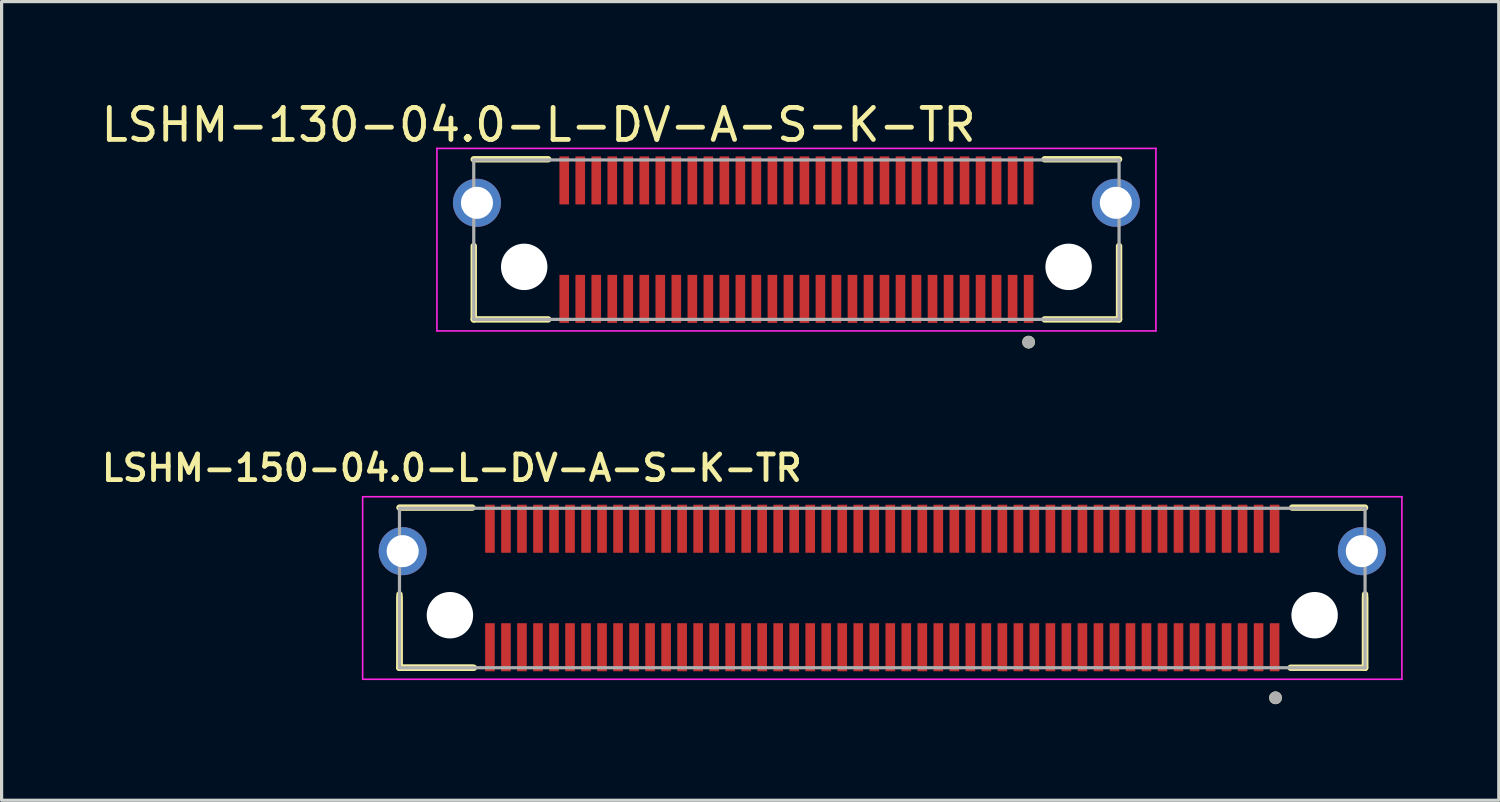
<source format=kicad_pcb>
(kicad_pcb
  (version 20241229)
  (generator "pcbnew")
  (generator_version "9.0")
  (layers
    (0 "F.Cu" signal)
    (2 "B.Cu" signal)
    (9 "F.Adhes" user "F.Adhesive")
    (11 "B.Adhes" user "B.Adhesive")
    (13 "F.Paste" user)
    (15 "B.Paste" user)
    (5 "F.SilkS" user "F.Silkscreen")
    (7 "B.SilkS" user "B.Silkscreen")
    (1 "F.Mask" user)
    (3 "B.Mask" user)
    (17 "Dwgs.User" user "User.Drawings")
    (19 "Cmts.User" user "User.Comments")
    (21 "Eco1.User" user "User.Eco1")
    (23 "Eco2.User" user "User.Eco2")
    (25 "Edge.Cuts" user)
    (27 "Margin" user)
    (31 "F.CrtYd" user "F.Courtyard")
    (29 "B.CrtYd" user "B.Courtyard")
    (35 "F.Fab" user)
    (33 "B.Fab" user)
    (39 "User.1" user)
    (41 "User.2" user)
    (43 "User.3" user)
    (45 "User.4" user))
  (footprint "LSHM-150-04.0-L-DV-A-S-K-TR"
    (layer "F.Cu")
    (at 24.499 15.31)
    (property "Reference" "LSHM-150-04.0-L-DV-A-S-K-TR" (at -13.44 -3.746 0) (layer "F.SilkS") (effects (font (size 0.8 0.8) (thickness 0.15))))
    (attr smd)
    (fp_line (start -15.075 0.3) (end -15.075 2.49) (stroke (width 0.2) (type solid)) (layer "F.SilkS"))
    (fp_line (start -15.075 2.49) (end -15.075 0.2) (stroke (width 0.2) (type solid)) (layer "F.SilkS"))
    (fp_line (start -15.075 2.49) (end -12.8 2.49) (stroke (width 0.2) (type solid)) (layer "F.SilkS"))
    (fp_line (start -15.075 2.49) (end -12.75 2.49) (stroke (width 0.2) (type solid)) (layer "F.SilkS"))
    (fp_line (start -12.8 -2.51) (end -15.075 -2.51) (stroke (width 0.2) (type solid)) (layer "F.SilkS"))
    (fp_line (start 12.75 2.49) (end 15.075 2.49) (stroke (width 0.2) (type solid)) (layer "F.SilkS"))
    (fp_line (start 12.8 -2.51) (end 15.075 -2.51) (stroke (width 0.2) (type solid)) (layer "F.SilkS"))
    (fp_line (start 15.075 0.3) (end 15.075 2.49) (stroke (width 0.2) (type solid)) (layer "F.SilkS"))
    (fp_line (start 15.075 2.49) (end 15.075 0.2) (stroke (width 0.2) (type solid)) (layer "F.SilkS"))
    (fp_circle (center 12.279 3.429) (end 12.379 3.429) (stroke (width 0.2) (type solid)) (fill no) (layer "F.SilkS"))
    (fp_circle (center -14.975 -1.15) (end -14.475 -1.15) (stroke (width 1) (type solid)) (fill no) (layer "F.Paste"))
    (fp_circle (center 14.975 -1.15) (end 15.475 -1.15) (stroke (width 1) (type solid)) (fill no) (layer "F.Paste"))
    (fp_line (start -16.225 -2.85) (end -16.225 2.85) (stroke (width 0.05) (type solid)) (layer "F.CrtYd"))
    (fp_line (start -16.225 2.85) (end 16.225 2.85) (stroke (width 0.05) (type solid)) (layer "F.CrtYd"))
    (fp_line (start 16.225 -2.85) (end -16.225 -2.85) (stroke (width 0.05) (type solid)) (layer "F.CrtYd"))
    (fp_line (start 16.225 2.85) (end 16.225 -2.85) (stroke (width 0.05) (type solid)) (layer "F.CrtYd"))
    (fp_line (start -15.075 -2.49) (end -15.075 2.49) (stroke (width 0.1) (type solid)) (layer "F.Fab"))
    (fp_line (start -15.075 2.49) (end 15.075 2.49) (stroke (width 0.1) (type solid)) (layer "F.Fab"))
    (fp_line (start 15.075 -2.49) (end -15.075 -2.49) (stroke (width 0.1) (type solid)) (layer "F.Fab"))
    (fp_line (start 15.075 2.49) (end 15.075 -2.49) (stroke (width 0.1) (type solid)) (layer "F.Fab"))
    (fp_circle (center 12.279 3.429) (end 12.379 3.429) (stroke (width 0.2) (type solid)) (fill no) (layer "F.Fab"))
    (pad "" np_thru_hole circle (at -13.5 0.85) (size 1.45 1.45) (drill 1.45) (layers "*.Cu" "*.Mask"))
    (pad "" np_thru_hole circle (at 13.5 0.85) (size 1.45 1.45) (drill 1.45) (layers "*.Cu" "*.Mask"))
    (pad "1" smd rect (at 12.25 1.85) (size 0.3 1.5) (layers "F.Cu" "F.Mask" "F.Paste"))
    (pad "2" smd rect (at 12.25 -1.85) (size 0.3 1.5) (layers "F.Cu" "F.Mask" "F.Paste"))
    (pad "3" smd rect (at 11.75 1.85) (size 0.3 1.5) (layers "F.Cu" "F.Mask" "F.Paste"))
    (pad "4" smd rect (at 11.75 -1.85) (size 0.3 1.5) (layers "F.Cu" "F.Mask" "F.Paste"))
    (pad "5" smd rect (at 11.25 1.85) (size 0.3 1.5) (layers "F.Cu" "F.Mask" "F.Paste"))
    (pad "6" smd rect (at 11.25 -1.85) (size 0.3 1.5) (layers "F.Cu" "F.Mask" "F.Paste"))
    (pad "7" smd rect (at 10.75 1.85) (size 0.3 1.5) (layers "F.Cu" "F.Mask" "F.Paste"))
    (pad "8" smd rect (at 10.75 -1.85) (size 0.3 1.5) (layers "F.Cu" "F.Mask" "F.Paste"))
    (pad "9" smd rect (at 10.25 1.85) (size 0.3 1.5) (layers "F.Cu" "F.Mask" "F.Paste"))
    (pad "10" smd rect (at 10.25 -1.85) (size 0.3 1.5) (layers "F.Cu" "F.Mask" "F.Paste"))
    (pad "11" smd rect (at 9.75 1.85) (size 0.3 1.5) (layers "F.Cu" "F.Mask" "F.Paste"))
    (pad "12" smd rect (at 9.75 -1.85) (size 0.3 1.5) (layers "F.Cu" "F.Mask" "F.Paste"))
    (pad "13" smd rect (at 9.25 1.85) (size 0.3 1.5) (layers "F.Cu" "F.Mask" "F.Paste"))
    (pad "14" smd rect (at 9.25 -1.85) (size 0.3 1.5) (layers "F.Cu" "F.Mask" "F.Paste"))
    (pad "15" smd rect (at 8.75 1.85) (size 0.3 1.5) (layers "F.Cu" "F.Mask" "F.Paste"))
    (pad "16" smd rect (at 8.75 -1.85) (size 0.3 1.5) (layers "F.Cu" "F.Mask" "F.Paste"))
    (pad "17" smd rect (at 8.25 1.85) (size 0.3 1.5) (layers "F.Cu" "F.Mask" "F.Paste"))
    (pad "18" smd rect (at 8.25 -1.85) (size 0.3 1.5) (layers "F.Cu" "F.Mask" "F.Paste"))
    (pad "19" smd rect (at 7.75 1.85) (size 0.3 1.5) (layers "F.Cu" "F.Mask" "F.Paste"))
    (pad "20" smd rect (at 7.75 -1.85) (size 0.3 1.5) (layers "F.Cu" "F.Mask" "F.Paste"))
    (pad "21" smd rect (at 7.25 1.85) (size 0.3 1.5) (layers "F.Cu" "F.Mask" "F.Paste"))
    (pad "22" smd rect (at 7.25 -1.85) (size 0.3 1.5) (layers "F.Cu" "F.Mask" "F.Paste"))
    (pad "23" smd rect (at 6.75 1.85) (size 0.3 1.5) (layers "F.Cu" "F.Mask" "F.Paste"))
    (pad "24" smd rect (at 6.75 -1.85) (size 0.3 1.5) (layers "F.Cu" "F.Mask" "F.Paste"))
    (pad "25" smd rect (at 6.25 1.85) (size 0.3 1.5) (layers "F.Cu" "F.Mask" "F.Paste"))
    (pad "26" smd rect (at 6.25 -1.85) (size 0.3 1.5) (layers "F.Cu" "F.Mask" "F.Paste"))
    (pad "27" smd rect (at 5.75 1.85) (size 0.3 1.5) (layers "F.Cu" "F.Mask" "F.Paste"))
    (pad "28" smd rect (at 5.75 -1.85) (size 0.3 1.5) (layers "F.Cu" "F.Mask" "F.Paste"))
    (pad "29" smd rect (at 5.25 1.85) (size 0.3 1.5) (layers "F.Cu" "F.Mask" "F.Paste"))
    (pad "30" smd rect (at 5.25 -1.85) (size 0.3 1.5) (layers "F.Cu" "F.Mask" "F.Paste"))
    (pad "31" smd rect (at 4.75 1.85) (size 0.3 1.5) (layers "F.Cu" "F.Mask" "F.Paste"))
    (pad "32" smd rect (at 4.75 -1.85) (size 0.3 1.5) (layers "F.Cu" "F.Mask" "F.Paste"))
    (pad "33" smd rect (at 4.25 1.85) (size 0.3 1.5) (layers "F.Cu" "F.Mask" "F.Paste"))
    (pad "34" smd rect (at 4.25 -1.85) (size 0.3 1.5) (layers "F.Cu" "F.Mask" "F.Paste"))
    (pad "35" smd rect (at 3.75 1.85) (size 0.3 1.5) (layers "F.Cu" "F.Mask" "F.Paste"))
    (pad "36" smd rect (at 3.75 -1.85) (size 0.3 1.5) (layers "F.Cu" "F.Mask" "F.Paste"))
    (pad "37" smd rect (at 3.25 1.85) (size 0.3 1.5) (layers "F.Cu" "F.Mask" "F.Paste"))
    (pad "38" smd rect (at 3.25 -1.85) (size 0.3 1.5) (layers "F.Cu" "F.Mask" "F.Paste"))
    (pad "39" smd rect (at 2.75 1.85) (size 0.3 1.5) (layers "F.Cu" "F.Mask" "F.Paste"))
    (pad "40" smd rect (at 2.75 -1.85) (size 0.3 1.5) (layers "F.Cu" "F.Mask" "F.Paste"))
    (pad "41" smd rect (at 2.25 1.85) (size 0.3 1.5) (layers "F.Cu" "F.Mask" "F.Paste"))
    (pad "42" smd rect (at 2.25 -1.85) (size 0.3 1.5) (layers "F.Cu" "F.Mask" "F.Paste"))
    (pad "43" smd rect (at 1.75 1.85) (size 0.3 1.5) (layers "F.Cu" "F.Mask" "F.Paste"))
    (pad "44" smd rect (at 1.75 -1.85) (size 0.3 1.5) (layers "F.Cu" "F.Mask" "F.Paste"))
    (pad "45" smd rect (at 1.25 1.85) (size 0.3 1.5) (layers "F.Cu" "F.Mask" "F.Paste"))
    (pad "46" smd rect (at 1.25 -1.85) (size 0.3 1.5) (layers "F.Cu" "F.Mask" "F.Paste"))
    (pad "47" smd rect (at 0.75 1.85) (size 0.3 1.5) (layers "F.Cu" "F.Mask" "F.Paste"))
    (pad "48" smd rect (at 0.75 -1.85) (size 0.3 1.5) (layers "F.Cu" "F.Mask" "F.Paste"))
    (pad "49" smd rect (at 0.25 1.85) (size 0.3 1.5) (layers "F.Cu" "F.Mask" "F.Paste"))
    (pad "50" smd rect (at 0.25 -1.85) (size 0.3 1.5) (layers "F.Cu" "F.Mask" "F.Paste"))
    (pad "51" smd rect (at -0.25 1.85) (size 0.3 1.5) (layers "F.Cu" "F.Mask" "F.Paste"))
    (pad "52" smd rect (at -0.25 -1.85) (size 0.3 1.5) (layers "F.Cu" "F.Mask" "F.Paste"))
    (pad "53" smd rect (at -0.75 1.85) (size 0.3 1.5) (layers "F.Cu" "F.Mask" "F.Paste"))
    (pad "54" smd rect (at -0.75 -1.85) (size 0.3 1.5) (layers "F.Cu" "F.Mask" "F.Paste"))
    (pad "55" smd rect (at -1.25 1.85) (size 0.3 1.5) (layers "F.Cu" "F.Mask" "F.Paste"))
    (pad "56" smd rect (at -1.25 -1.85) (size 0.3 1.5) (layers "F.Cu" "F.Mask" "F.Paste"))
    (pad "57" smd rect (at -1.75 1.85) (size 0.3 1.5) (layers "F.Cu" "F.Mask" "F.Paste"))
    (pad "58" smd rect (at -1.75 -1.85) (size 0.3 1.5) (layers "F.Cu" "F.Mask" "F.Paste"))
    (pad "59" smd rect (at -2.25 1.85) (size 0.3 1.5) (layers "F.Cu" "F.Mask" "F.Paste"))
    (pad "60" smd rect (at -2.25 -1.85) (size 0.3 1.5) (layers "F.Cu" "F.Mask" "F.Paste"))
    (pad "61" smd rect (at -2.75 1.85) (size 0.3 1.5) (layers "F.Cu" "F.Mask" "F.Paste"))
    (pad "62" smd rect (at -2.75 -1.85) (size 0.3 1.5) (layers "F.Cu" "F.Mask" "F.Paste"))
    (pad "63" smd rect (at -3.25 1.85) (size 0.3 1.5) (layers "F.Cu" "F.Mask" "F.Paste"))
    (pad "64" smd rect (at -3.25 -1.85) (size 0.3 1.5) (layers "F.Cu" "F.Mask" "F.Paste"))
    (pad "65" smd rect (at -3.75 1.85) (size 0.3 1.5) (layers "F.Cu" "F.Mask" "F.Paste"))
    (pad "66" smd rect (at -3.75 -1.85) (size 0.3 1.5) (layers "F.Cu" "F.Mask" "F.Paste"))
    (pad "67" smd rect (at -4.25 1.85) (size 0.3 1.5) (layers "F.Cu" "F.Mask" "F.Paste"))
    (pad "68" smd rect (at -4.25 -1.85) (size 0.3 1.5) (layers "F.Cu" "F.Mask" "F.Paste"))
    (pad "69" smd rect (at -4.75 1.85) (size 0.3 1.5) (layers "F.Cu" "F.Mask" "F.Paste"))
    (pad "70" smd rect (at -4.75 -1.85) (size 0.3 1.5) (layers "F.Cu" "F.Mask" "F.Paste"))
    (pad "71" smd rect (at -5.25 1.85) (size 0.3 1.5) (layers "F.Cu" "F.Mask" "F.Paste"))
    (pad "72" smd rect (at -5.25 -1.85) (size 0.3 1.5) (layers "F.Cu" "F.Mask" "F.Paste"))
    (pad "73" smd rect (at -5.75 1.85) (size 0.3 1.5) (layers "F.Cu" "F.Mask" "F.Paste"))
    (pad "74" smd rect (at -5.75 -1.85) (size 0.3 1.5) (layers "F.Cu" "F.Mask" "F.Paste"))
    (pad "75" smd rect (at -6.25 1.85) (size 0.3 1.5) (layers "F.Cu" "F.Mask" "F.Paste"))
    (pad "76" smd rect (at -6.25 -1.85) (size 0.3 1.5) (layers "F.Cu" "F.Mask" "F.Paste"))
    (pad "77" smd rect (at -6.75 1.85) (size 0.3 1.5) (layers "F.Cu" "F.Mask" "F.Paste"))
    (pad "78" smd rect (at -6.75 -1.85) (size 0.3 1.5) (layers "F.Cu" "F.Mask" "F.Paste"))
    (pad "79" smd rect (at -7.25 1.85) (size 0.3 1.5) (layers "F.Cu" "F.Mask" "F.Paste"))
    (pad "80" smd rect (at -7.25 -1.85) (size 0.3 1.5) (layers "F.Cu" "F.Mask" "F.Paste"))
    (pad "81" smd rect (at -7.75 1.85) (size 0.3 1.5) (layers "F.Cu" "F.Mask" "F.Paste"))
    (pad "82" smd rect (at -7.75 -1.85) (size 0.3 1.5) (layers "F.Cu" "F.Mask" "F.Paste"))
    (pad "83" smd rect (at -8.25 1.85) (size 0.3 1.5) (layers "F.Cu" "F.Mask" "F.Paste"))
    (pad "84" smd rect (at -8.25 -1.85) (size 0.3 1.5) (layers "F.Cu" "F.Mask" "F.Paste"))
    (pad "85" smd rect (at -8.75 1.85) (size 0.3 1.5) (layers "F.Cu" "F.Mask" "F.Paste"))
    (pad "86" smd rect (at -8.75 -1.85) (size 0.3 1.5) (layers "F.Cu" "F.Mask" "F.Paste"))
    (pad "87" smd rect (at -9.25 1.85) (size 0.3 1.5) (layers "F.Cu" "F.Mask" "F.Paste"))
    (pad "88" smd rect (at -9.25 -1.85) (size 0.3 1.5) (layers "F.Cu" "F.Mask" "F.Paste"))
    (pad "89" smd rect (at -9.75 1.85) (size 0.3 1.5) (layers "F.Cu" "F.Mask" "F.Paste"))
    (pad "90" smd rect (at -9.75 -1.85) (size 0.3 1.5) (layers "F.Cu" "F.Mask" "F.Paste"))
    (pad "91" smd rect (at -10.25 1.85) (size 0.3 1.5) (layers "F.Cu" "F.Mask" "F.Paste"))
    (pad "92" smd rect (at -10.25 -1.85) (size 0.3 1.5) (layers "F.Cu" "F.Mask" "F.Paste"))
    (pad "93" smd rect (at -10.75 1.85) (size 0.3 1.5) (layers "F.Cu" "F.Mask" "F.Paste"))
    (pad "94" smd rect (at -10.75 -1.85) (size 0.3 1.5) (layers "F.Cu" "F.Mask" "F.Paste"))
    (pad "95" smd rect (at -11.25 1.85) (size 0.3 1.5) (layers "F.Cu" "F.Mask" "F.Paste"))
    (pad "96" smd rect (at -11.25 -1.85) (size 0.3 1.5) (layers "F.Cu" "F.Mask" "F.Paste"))
    (pad "97" smd rect (at -11.75 1.85) (size 0.3 1.5) (layers "F.Cu" "F.Mask" "F.Paste"))
    (pad "98" smd rect (at -11.75 -1.85) (size 0.3 1.5) (layers "F.Cu" "F.Mask" "F.Paste"))
    (pad "99" smd rect (at -12.25 1.85) (size 0.3 1.5) (layers "F.Cu" "F.Mask" "F.Paste"))
    (pad "100" smd rect (at -12.25 -1.85) (size 0.3 1.5) (layers "F.Cu" "F.Mask" "F.Paste"))
    (pad "S1" thru_hole circle (at -14.975 -1.15) (size 1.5 1.5) (drill 1) (layers "*.Cu" "*.Mask"))
    (pad "S2" thru_hole circle (at 14.975 -1.15) (size 1.5 1.5) (drill 1) (layers "*.Cu" "*.Mask")))
  (footprint "LSHM-130-04.0-L-DV-A-S-K-TR"
    (layer "F.Cu")
    (at 21.818 4.433)
    (property "Reference" "LSHM-130-04.0-L-DV-A-S-K-TR" (at -8.05 -3.585 0) (layer "F.SilkS") (effects (font (size 1 1) (thickness 0.15))))
    (attr smd)
    (fp_line (start -10.075 2.49) (end -10.075 0.2) (stroke (width 0.2) (type solid)) (layer "F.SilkS"))
    (fp_line (start -10.075 2.49) (end -7.75 2.49) (stroke (width 0.2) (type solid)) (layer "F.SilkS"))
    (fp_line (start -7.75 -2.51) (end -10.075 -2.51) (stroke (width 0.2) (type solid)) (layer "F.SilkS"))
    (fp_line (start 7.75 2.49) (end 10.075 2.49) (stroke (width 0.2) (type solid)) (layer "F.SilkS"))
    (fp_line (start 10.075 -2.51) (end 7.75 -2.51) (stroke (width 0.2) (type solid)) (layer "F.SilkS"))
    (fp_line (start 10.075 2.49) (end 10.075 0.2) (stroke (width 0.2) (type solid)) (layer "F.SilkS"))
    (fp_circle (center 7.25 3.2) (end 7.35 3.2) (stroke (width 0.2) (type solid)) (fill no) (layer "F.SilkS"))
    (fp_circle (center -9.975 -1.15) (end -9.475 -1.15) (stroke (width 1) (type solid)) (fill no) (layer "F.Paste"))
    (fp_circle (center 9.975 -1.15) (end 10.475 -1.15) (stroke (width 1) (type solid)) (fill no) (layer "F.Paste"))
    (fp_line (start -11.225 -2.85) (end 11.225 -2.85) (stroke (width 0.05) (type solid)) (layer "F.CrtYd"))
    (fp_line (start -11.225 2.85) (end -11.225 -2.85) (stroke (width 0.05) (type solid)) (layer "F.CrtYd"))
    (fp_line (start 11.225 -2.85) (end 11.225 2.85) (stroke (width 0.05) (type solid)) (layer "F.CrtYd"))
    (fp_line (start 11.225 2.85) (end -11.225 2.85) (stroke (width 0.05) (type solid)) (layer "F.CrtYd"))
    (fp_line (start -10.075 -2.49) (end 10.075 -2.49) (stroke (width 0.1) (type solid)) (layer "F.Fab"))
    (fp_line (start -10.075 2.49) (end -10.075 -2.49) (stroke (width 0.1) (type solid)) (layer "F.Fab"))
    (fp_line (start 10.075 -2.49) (end 10.075 2.49) (stroke (width 0.1) (type solid)) (layer "F.Fab"))
    (fp_line (start 10.075 2.49) (end -10.075 2.49) (stroke (width 0.1) (type solid)) (layer "F.Fab"))
    (fp_circle (center 7.25 3.2) (end 7.35 3.2) (stroke (width 0.2) (type solid)) (fill no) (layer "F.Fab"))
    (pad "" np_thru_hole circle (at -8.5 0.85) (size 1.45 1.45) (drill 1.45) (layers "*.Cu" "*.Mask"))
    (pad "" np_thru_hole circle (at 8.5 0.85) (size 1.45 1.45) (drill 1.45) (layers "*.Cu" "*.Mask"))
    (pad "01" smd rect (at 7.25 1.85) (size 0.3 1.5) (layers "F.Cu" "F.Mask" "F.Paste"))
    (pad "02" smd rect (at 7.25 -1.85) (size 0.3 1.5) (layers "F.Cu" "F.Mask" "F.Paste"))
    (pad "03" smd rect (at 6.75 1.85) (size 0.3 1.5) (layers "F.Cu" "F.Mask" "F.Paste"))
    (pad "04" smd rect (at 6.75 -1.85) (size 0.3 1.5) (layers "F.Cu" "F.Mask" "F.Paste"))
    (pad "05" smd rect (at 6.25 1.85) (size 0.3 1.5) (layers "F.Cu" "F.Mask" "F.Paste"))
    (pad "06" smd rect (at 6.25 -1.85) (size 0.3 1.5) (layers "F.Cu" "F.Mask" "F.Paste"))
    (pad "07" smd rect (at 5.75 1.85) (size 0.3 1.5) (layers "F.Cu" "F.Mask" "F.Paste"))
    (pad "08" smd rect (at 5.75 -1.85) (size 0.3 1.5) (layers "F.Cu" "F.Mask" "F.Paste"))
    (pad "09" smd rect (at 5.25 1.85) (size 0.3 1.5) (layers "F.Cu" "F.Mask" "F.Paste"))
    (pad "10" smd rect (at 5.25 -1.85) (size 0.3 1.5) (layers "F.Cu" "F.Mask" "F.Paste"))
    (pad "11" smd rect (at 4.75 1.85) (size 0.3 1.5) (layers "F.Cu" "F.Mask" "F.Paste"))
    (pad "12" smd rect (at 4.75 -1.85) (size 0.3 1.5) (layers "F.Cu" "F.Mask" "F.Paste"))
    (pad "13" smd rect (at 4.25 1.85) (size 0.3 1.5) (layers "F.Cu" "F.Mask" "F.Paste"))
    (pad "14" smd rect (at 4.25 -1.85) (size 0.3 1.5) (layers "F.Cu" "F.Mask" "F.Paste"))
    (pad "15" smd rect (at 3.75 1.85) (size 0.3 1.5) (layers "F.Cu" "F.Mask" "F.Paste"))
    (pad "16" smd rect (at 3.75 -1.85) (size 0.3 1.5) (layers "F.Cu" "F.Mask" "F.Paste"))
    (pad "17" smd rect (at 3.25 1.85) (size 0.3 1.5) (layers "F.Cu" "F.Mask" "F.Paste"))
    (pad "18" smd rect (at 3.25 -1.85) (size 0.3 1.5) (layers "F.Cu" "F.Mask" "F.Paste"))
    (pad "19" smd rect (at 2.75 1.85) (size 0.3 1.5) (layers "F.Cu" "F.Mask" "F.Paste"))
    (pad "20" smd rect (at 2.75 -1.85) (size 0.3 1.5) (layers "F.Cu" "F.Mask" "F.Paste"))
    (pad "21" smd rect (at 2.25 1.85) (size 0.3 1.5) (layers "F.Cu" "F.Mask" "F.Paste"))
    (pad "22" smd rect (at 2.25 -1.85) (size 0.3 1.5) (layers "F.Cu" "F.Mask" "F.Paste"))
    (pad "23" smd rect (at 1.75 1.85) (size 0.3 1.5) (layers "F.Cu" "F.Mask" "F.Paste"))
    (pad "24" smd rect (at 1.75 -1.85) (size 0.3 1.5) (layers "F.Cu" "F.Mask" "F.Paste"))
    (pad "25" smd rect (at 1.25 1.85) (size 0.3 1.5) (layers "F.Cu" "F.Mask" "F.Paste"))
    (pad "26" smd rect (at 1.25 -1.85) (size 0.3 1.5) (layers "F.Cu" "F.Mask" "F.Paste"))
    (pad "27" smd rect (at 0.75 1.85) (size 0.3 1.5) (layers "F.Cu" "F.Mask" "F.Paste"))
    (pad "28" smd rect (at 0.75 -1.85) (size 0.3 1.5) (layers "F.Cu" "F.Mask" "F.Paste"))
    (pad "29" smd rect (at 0.25 1.85) (size 0.3 1.5) (layers "F.Cu" "F.Mask" "F.Paste"))
    (pad "30" smd rect (at 0.25 -1.85) (size 0.3 1.5) (layers "F.Cu" "F.Mask" "F.Paste"))
    (pad "31" smd rect (at -0.25 1.85) (size 0.3 1.5) (layers "F.Cu" "F.Mask" "F.Paste"))
    (pad "32" smd rect (at -0.25 -1.85) (size 0.3 1.5) (layers "F.Cu" "F.Mask" "F.Paste"))
    (pad "33" smd rect (at -0.75 1.85) (size 0.3 1.5) (layers "F.Cu" "F.Mask" "F.Paste"))
    (pad "34" smd rect (at -0.75 -1.85) (size 0.3 1.5) (layers "F.Cu" "F.Mask" "F.Paste"))
    (pad "35" smd rect (at -1.25 1.85) (size 0.3 1.5) (layers "F.Cu" "F.Mask" "F.Paste"))
    (pad "36" smd rect (at -1.25 -1.85) (size 0.3 1.5) (layers "F.Cu" "F.Mask" "F.Paste"))
    (pad "37" smd rect (at -1.75 1.85) (size 0.3 1.5) (layers "F.Cu" "F.Mask" "F.Paste"))
    (pad "38" smd rect (at -1.75 -1.85) (size 0.3 1.5) (layers "F.Cu" "F.Mask" "F.Paste"))
    (pad "39" smd rect (at -2.25 1.85) (size 0.3 1.5) (layers "F.Cu" "F.Mask" "F.Paste"))
    (pad "40" smd rect (at -2.25 -1.85) (size 0.3 1.5) (layers "F.Cu" "F.Mask" "F.Paste"))
    (pad "41" smd rect (at -2.75 1.85) (size 0.3 1.5) (layers "F.Cu" "F.Mask" "F.Paste"))
    (pad "42" smd rect (at -2.75 -1.85) (size 0.3 1.5) (layers "F.Cu" "F.Mask" "F.Paste"))
    (pad "43" smd rect (at -3.25 1.85) (size 0.3 1.5) (layers "F.Cu" "F.Mask" "F.Paste"))
    (pad "44" smd rect (at -3.25 -1.85) (size 0.3 1.5) (layers "F.Cu" "F.Mask" "F.Paste"))
    (pad "45" smd rect (at -3.75 1.85) (size 0.3 1.5) (layers "F.Cu" "F.Mask" "F.Paste"))
    (pad "46" smd rect (at -3.75 -1.85) (size 0.3 1.5) (layers "F.Cu" "F.Mask" "F.Paste"))
    (pad "47" smd rect (at -4.25 1.85) (size 0.3 1.5) (layers "F.Cu" "F.Mask" "F.Paste"))
    (pad "48" smd rect (at -4.25 -1.85) (size 0.3 1.5) (layers "F.Cu" "F.Mask" "F.Paste"))
    (pad "49" smd rect (at -4.75 1.85) (size 0.3 1.5) (layers "F.Cu" "F.Mask" "F.Paste"))
    (pad "50" smd rect (at -4.75 -1.85) (size 0.3 1.5) (layers "F.Cu" "F.Mask" "F.Paste"))
    (pad "51" smd rect (at -5.25 1.85) (size 0.3 1.5) (layers "F.Cu" "F.Mask" "F.Paste"))
    (pad "52" smd rect (at -5.25 -1.85) (size 0.3 1.5) (layers "F.Cu" "F.Mask" "F.Paste"))
    (pad "53" smd rect (at -5.75 1.85) (size 0.3 1.5) (layers "F.Cu" "F.Mask" "F.Paste"))
    (pad "54" smd rect (at -5.75 -1.85) (size 0.3 1.5) (layers "F.Cu" "F.Mask" "F.Paste"))
    (pad "55" smd rect (at -6.25 1.85) (size 0.3 1.5) (layers "F.Cu" "F.Mask" "F.Paste"))
    (pad "56" smd rect (at -6.25 -1.85) (size 0.3 1.5) (layers "F.Cu" "F.Mask" "F.Paste"))
    (pad "57" smd rect (at -6.75 1.85) (size 0.3 1.5) (layers "F.Cu" "F.Mask" "F.Paste"))
    (pad "58" smd rect (at -6.75 -1.85) (size 0.3 1.5) (layers "F.Cu" "F.Mask" "F.Paste"))
    (pad "59" smd rect (at -7.25 1.85) (size 0.3 1.5) (layers "F.Cu" "F.Mask" "F.Paste"))
    (pad "60" smd rect (at -7.25 -1.85) (size 0.3 1.5) (layers "F.Cu" "F.Mask" "F.Paste"))
    (pad "S1" thru_hole circle (at -9.975 -1.15) (size 1.5 1.5) (drill 1) (layers "*.Cu" "*.Mask"))
    (pad "S2" thru_hole circle (at 9.975 -1.15) (size 1.5 1.5) (drill 1) (layers "*.Cu" "*.Mask")))
  (gr_rect
    (start -3 -3)
    (end 43.749 21.939)
    (stroke (width 0.1) (type default))
    (fill no)
    (layer "Edge.Cuts")))
</source>
